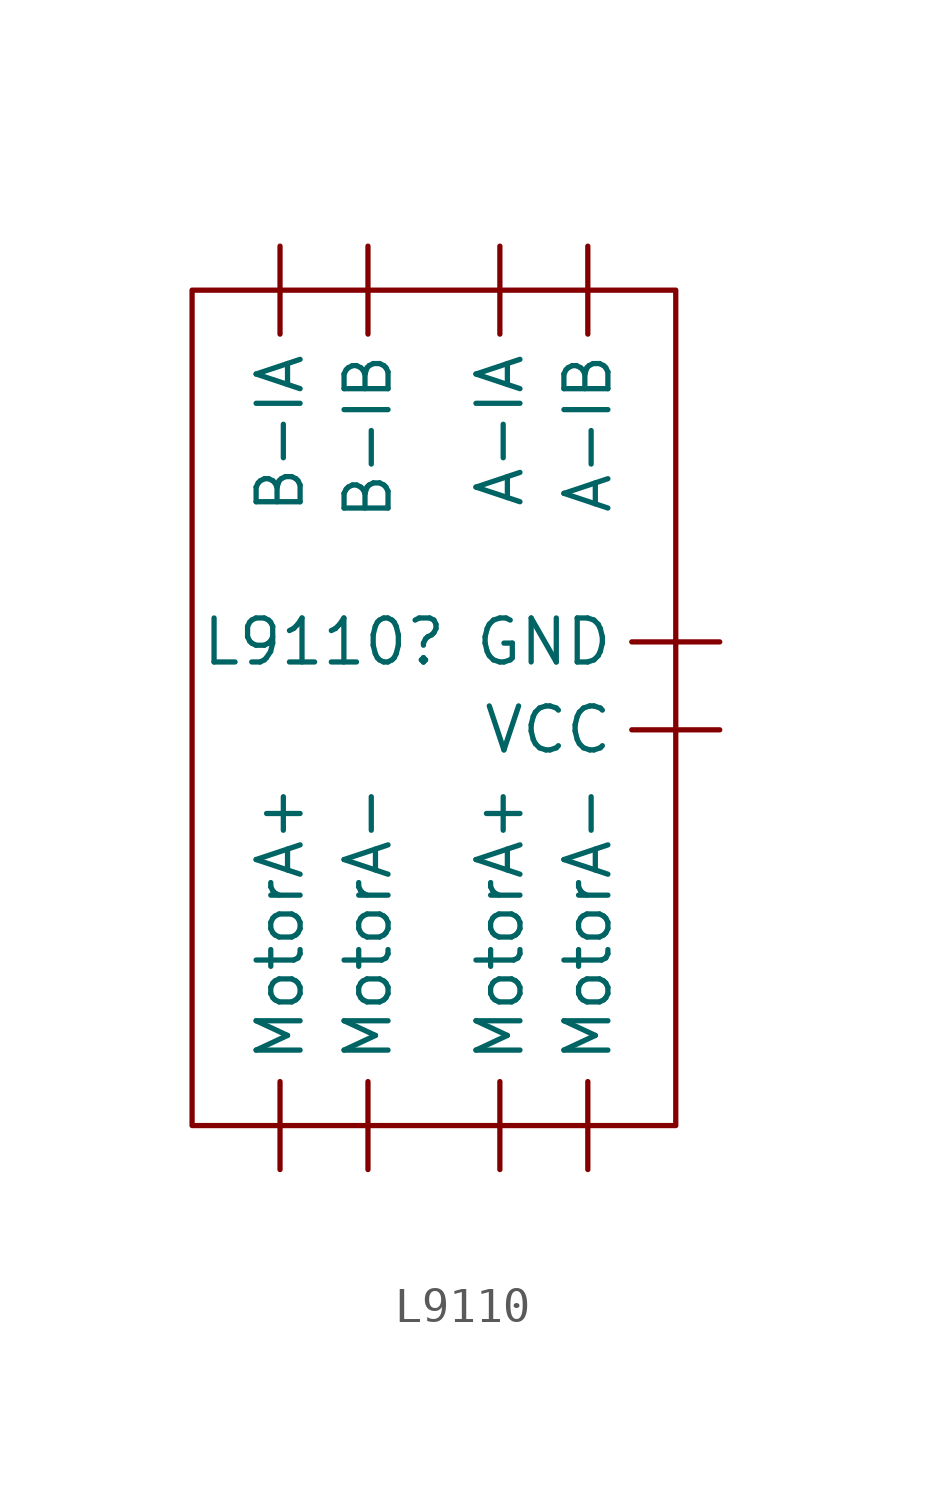
<source format=kicad_sym>
(kicad_symbol_lib
  (version 20220914)
  (generator kicad_symbol_editor)
  (symbol "L9110"
    (property "Reference" "L9110"
      (at -3.81 1.27 0)
      (effects (font (size 1.27 1.27))))
    (property "Value" ""
      (at -2.54 8.89 0)
      (effects (font (size 1.27 1.27))))
    (symbol "L9110_0_1"
      (rectangle (start -7.62 11.43) (end 6.35 -12.7) (stroke (width 0) (type default)) (fill (type none))))
    (symbol "L9110_1_1"
      (pin input line (at 1.27 12.7 270) (length 2.54) (name "A-IA" (effects (font (size 1.27 1.27)))) (number "" (effects (font (size 1.27 1.27)))))
      (pin input line (at 3.81 12.7 270) (length 2.54) (name "A-IB" (effects (font (size 1.27 1.27)))) (number "" (effects (font (size 1.27 1.27)))))
      (pin input line (at -5.08 12.7 270) (length 2.54) (name "B-IA" (effects (font (size 1.27 1.27)))) (number "" (effects (font (size 1.27 1.27)))))
      (pin input line (at -2.54 12.7 270) (length 2.54) (name "B-IB" (effects (font (size 1.27 1.27)))) (number "" (effects (font (size 1.27 1.27)))))
      (pin input line (at 7.62 1.27 180) (length 2.54) (name "GND" (effects (font (size 1.27 1.27)))) (number "" (effects (font (size 1.27 1.27)))))
      (pin output line (at -5.08 -13.97 90) (length 2.54) (name "MotorA+" (effects (font (size 1.27 1.27)))) (number "" (effects (font (size 1.27 1.27)))))
      (pin output line (at 1.27 -13.97 90) (length 2.54) (name "MotorA+" (effects (font (size 1.27 1.27)))) (number "" (effects (font (size 1.27 1.27)))))
      (pin output line (at -2.54 -13.97 90) (length 2.54) (name "MotorA-" (effects (font (size 1.27 1.27)))) (number "" (effects (font (size 1.27 1.27)))))
      (pin output line (at 3.81 -13.97 90) (length 2.54) (name "MotorA-" (effects (font (size 1.27 1.27)))) (number "" (effects (font (size 1.27 1.27)))))
      (pin input line (at 7.62 -1.27 180) (length 2.54) (name "VCC" (effects (font (size 1.27 1.27)))) (number "" (effects (font (size 1.27 1.27))))))))
</source>
